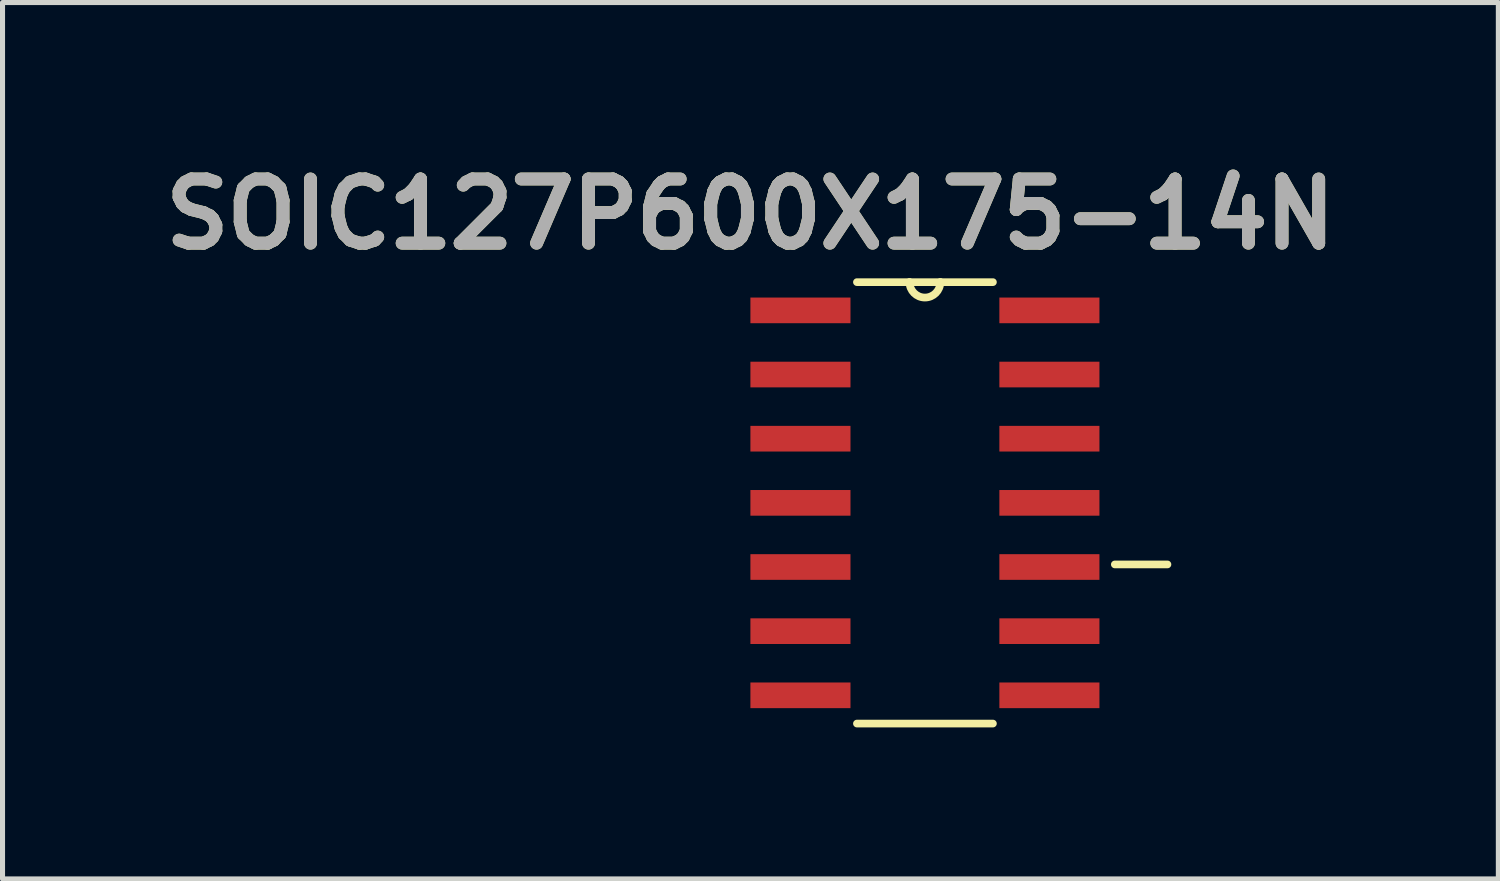
<source format=kicad_pcb>
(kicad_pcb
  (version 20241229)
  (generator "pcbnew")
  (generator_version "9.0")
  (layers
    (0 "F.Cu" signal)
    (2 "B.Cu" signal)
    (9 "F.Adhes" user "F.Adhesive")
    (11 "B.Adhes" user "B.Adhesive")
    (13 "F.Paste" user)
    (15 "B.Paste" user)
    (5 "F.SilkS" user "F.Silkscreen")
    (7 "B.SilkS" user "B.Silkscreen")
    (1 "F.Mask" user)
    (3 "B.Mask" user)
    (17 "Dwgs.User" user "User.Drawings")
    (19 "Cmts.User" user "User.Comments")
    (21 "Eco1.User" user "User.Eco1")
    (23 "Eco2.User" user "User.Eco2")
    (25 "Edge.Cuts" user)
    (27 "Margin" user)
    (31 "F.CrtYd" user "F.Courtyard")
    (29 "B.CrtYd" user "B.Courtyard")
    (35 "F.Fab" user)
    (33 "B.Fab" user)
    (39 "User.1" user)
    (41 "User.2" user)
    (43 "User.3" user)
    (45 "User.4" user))
  (footprint "SOIC127P600X175-14N"
    (layer "F.Cu")
    (at 15.259 6.904)
    (property "Reference" "SOIC127P600X175-14N" (at -3.454 -5.715 0) (layer "F.SilkS") (effects (font (size 1.27 1.27) (thickness 0.254))))
    (attr smd)
    (fp_line (start -1.346 4.369) (end 1.346 4.369) (stroke (width 0.152) (type solid)) (layer "F.SilkS"))
    (fp_line (start -0.305 -4.369) (end -1.346 -4.369) (stroke (width 0.152) (type solid)) (layer "F.SilkS"))
    (fp_line (start 0.305 -4.369) (end -0.305 -4.369) (stroke (width 0.152) (type solid)) (layer "F.SilkS"))
    (fp_line (start 1.346 -4.369) (end 0.305 -4.369) (stroke (width 0.152) (type solid)) (layer "F.SilkS"))
    (fp_line (start 3.759 1.219) (end 4.801 1.219) (stroke (width 0.152) (type solid)) (layer "F.SilkS"))
    (fp_arc (start 0.3048 -4.3688) (mid 0 -4.064) (end -0.3048 -4.3688) (stroke (width 0.1524) (type solid)) (layer "F.SilkS"))
    (fp_text user "${REFERENCE}" (at -3.454 -5.715 0) (layer "F.Fab") (effects (font (size 1.27 1.27) (thickness 0.254))))
    (pad "1" smd rect (at -2.464 -3.81 90) (size 0.508 1.981) (layers "F.Cu" "F.Mask" "F.Paste"))
    (pad "2" smd rect (at -2.464 -2.54 90) (size 0.508 1.981) (layers "F.Cu" "F.Mask" "F.Paste"))
    (pad "3" smd rect (at -2.464 -1.27 90) (size 0.508 1.981) (layers "F.Cu" "F.Mask" "F.Paste"))
    (pad "4" smd rect (at -2.464 0 90) (size 0.508 1.981) (layers "F.Cu" "F.Mask" "F.Paste"))
    (pad "5" smd rect (at -2.464 1.27 90) (size 0.508 1.981) (layers "F.Cu" "F.Mask" "F.Paste"))
    (pad "6" smd rect (at -2.464 2.54 90) (size 0.508 1.981) (layers "F.Cu" "F.Mask" "F.Paste"))
    (pad "7" smd rect (at -2.464 3.81 90) (size 0.508 1.981) (layers "F.Cu" "F.Mask" "F.Paste"))
    (pad "8" smd rect (at 2.464 3.81 90) (size 0.508 1.981) (layers "F.Cu" "F.Mask" "F.Paste"))
    (pad "9" smd rect (at 2.464 2.54 90) (size 0.508 1.981) (layers "F.Cu" "F.Mask" "F.Paste"))
    (pad "10" smd rect (at 2.464 1.27 90) (size 0.508 1.981) (layers "F.Cu" "F.Mask" "F.Paste"))
    (pad "11" smd rect (at 2.464 0 90) (size 0.508 1.981) (layers "F.Cu" "F.Mask" "F.Paste"))
    (pad "12" smd rect (at 2.464 -1.27 90) (size 0.508 1.981) (layers "F.Cu" "F.Mask" "F.Paste"))
    (pad "13" smd rect (at 2.464 -2.54 90) (size 0.508 1.981) (layers "F.Cu" "F.Mask" "F.Paste"))
    (pad "14" smd rect (at 2.464 -3.81 90) (size 0.508 1.981) (layers "F.Cu" "F.Mask" "F.Paste")))
  (gr_rect
    (start -3 -3)
    (end 26.61 14.349)
    (stroke (width 0.1) (type default))
    (fill no)
    (layer "Edge.Cuts")))
</source>
